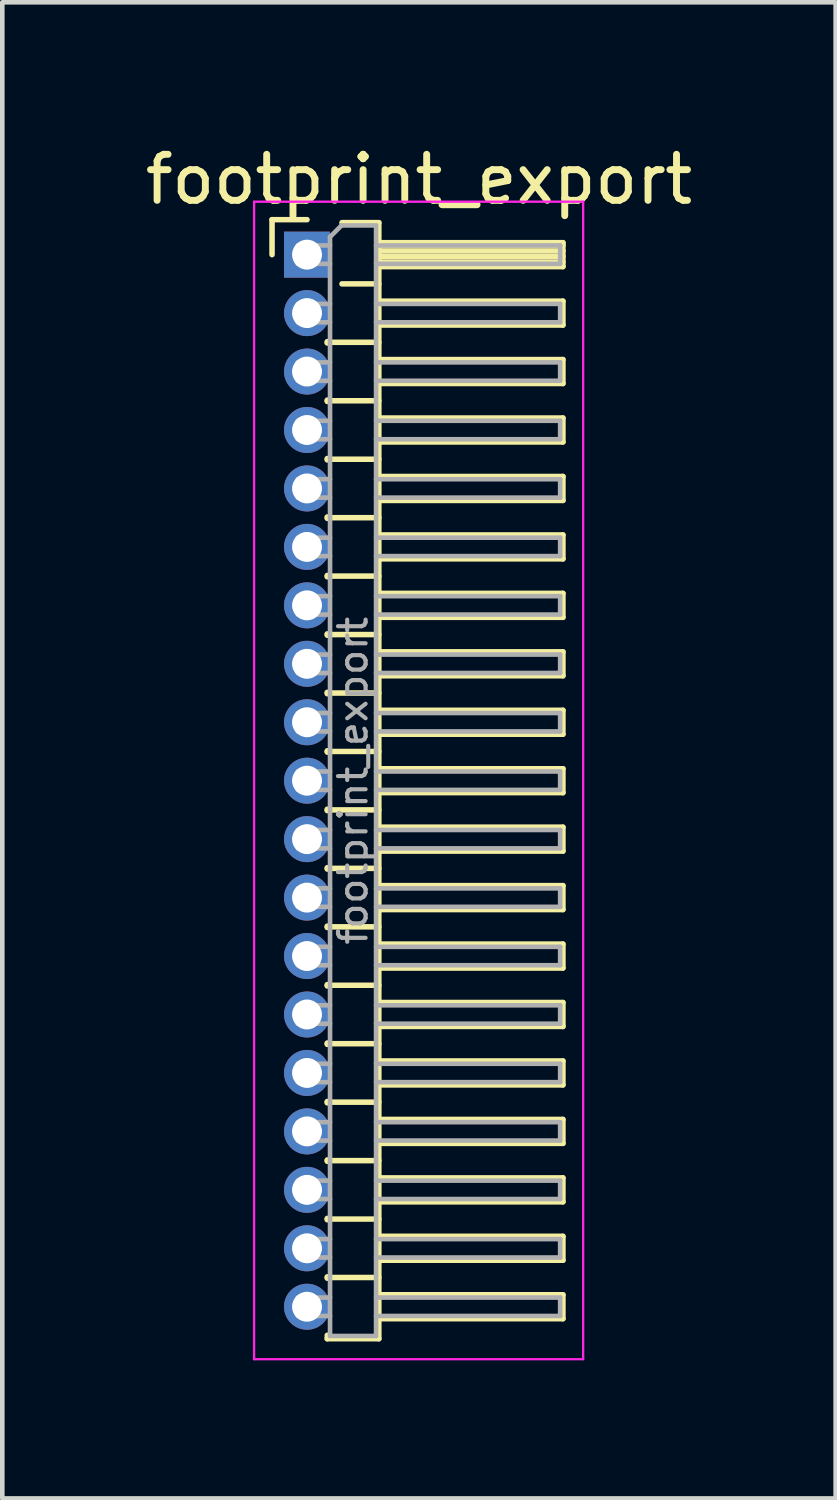
<source format=kicad_pcb>
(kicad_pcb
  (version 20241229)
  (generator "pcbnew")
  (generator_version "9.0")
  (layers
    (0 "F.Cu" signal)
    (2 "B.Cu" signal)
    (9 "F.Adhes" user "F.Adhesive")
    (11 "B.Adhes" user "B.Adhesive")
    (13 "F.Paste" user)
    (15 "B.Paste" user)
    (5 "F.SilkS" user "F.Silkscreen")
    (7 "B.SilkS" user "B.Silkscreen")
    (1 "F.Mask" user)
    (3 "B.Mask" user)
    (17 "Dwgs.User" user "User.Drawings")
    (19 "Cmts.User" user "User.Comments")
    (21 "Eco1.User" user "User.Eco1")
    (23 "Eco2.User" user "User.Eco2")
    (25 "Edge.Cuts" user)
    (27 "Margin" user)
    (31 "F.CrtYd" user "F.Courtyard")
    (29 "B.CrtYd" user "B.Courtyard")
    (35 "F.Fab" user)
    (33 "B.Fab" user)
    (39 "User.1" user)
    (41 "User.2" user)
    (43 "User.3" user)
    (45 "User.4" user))
  (footprint "footprint_export"
    (layer "F.Cu")
    (at 3.621 2.483)
    (property "Reference" "footprint_export" (at 2.433 -1.635 0) (layer "F.SilkS") (effects (font (size 1 1) (thickness 0.15))))
    (attr through_hole)
    (fp_line (start -0.76 -0.76) (end 0 -0.76) (stroke (width 0.12) (type solid)) (layer "F.SilkS"))
    (fp_line (start -0.76 0) (end -0.76 -0.76) (stroke (width 0.12) (type solid)) (layer "F.SilkS"))
    (fp_line (start 0.44 1.89) (end 0.44 1.92) (stroke (width 0.12) (type solid)) (layer "F.SilkS"))
    (fp_line (start 0.44 1.905) (end 1.56 1.905) (stroke (width 0.12) (type solid)) (layer "F.SilkS"))
    (fp_line (start 0.44 3.16) (end 0.44 3.19) (stroke (width 0.12) (type solid)) (layer "F.SilkS"))
    (fp_line (start 0.44 3.175) (end 1.56 3.175) (stroke (width 0.12) (type solid)) (layer "F.SilkS"))
    (fp_line (start 0.44 4.43) (end 0.44 4.46) (stroke (width 0.12) (type solid)) (layer "F.SilkS"))
    (fp_line (start 0.44 4.445) (end 1.56 4.445) (stroke (width 0.12) (type solid)) (layer "F.SilkS"))
    (fp_line (start 0.44 5.7) (end 0.44 5.73) (stroke (width 0.12) (type solid)) (layer "F.SilkS"))
    (fp_line (start 0.44 5.715) (end 1.56 5.715) (stroke (width 0.12) (type solid)) (layer "F.SilkS"))
    (fp_line (start 0.44 6.97) (end 0.44 7) (stroke (width 0.12) (type solid)) (layer "F.SilkS"))
    (fp_line (start 0.44 6.985) (end 1.56 6.985) (stroke (width 0.12) (type solid)) (layer "F.SilkS"))
    (fp_line (start 0.44 8.24) (end 0.44 8.27) (stroke (width 0.12) (type solid)) (layer "F.SilkS"))
    (fp_line (start 0.44 8.255) (end 1.56 8.255) (stroke (width 0.12) (type solid)) (layer "F.SilkS"))
    (fp_line (start 0.44 9.51) (end 0.44 9.54) (stroke (width 0.12) (type solid)) (layer "F.SilkS"))
    (fp_line (start 0.44 9.525) (end 1.56 9.525) (stroke (width 0.12) (type solid)) (layer "F.SilkS"))
    (fp_line (start 0.44 10.78) (end 0.44 10.81) (stroke (width 0.12) (type solid)) (layer "F.SilkS"))
    (fp_line (start 0.44 10.795) (end 1.56 10.795) (stroke (width 0.12) (type solid)) (layer "F.SilkS"))
    (fp_line (start 0.44 12.05) (end 0.44 12.08) (stroke (width 0.12) (type solid)) (layer "F.SilkS"))
    (fp_line (start 0.44 12.065) (end 1.56 12.065) (stroke (width 0.12) (type solid)) (layer "F.SilkS"))
    (fp_line (start 0.44 13.32) (end 0.44 13.35) (stroke (width 0.12) (type solid)) (layer "F.SilkS"))
    (fp_line (start 0.44 13.335) (end 1.56 13.335) (stroke (width 0.12) (type solid)) (layer "F.SilkS"))
    (fp_line (start 0.44 14.59) (end 0.44 14.62) (stroke (width 0.12) (type solid)) (layer "F.SilkS"))
    (fp_line (start 0.44 14.605) (end 1.56 14.605) (stroke (width 0.12) (type solid)) (layer "F.SilkS"))
    (fp_line (start 0.44 15.86) (end 0.44 15.89) (stroke (width 0.12) (type solid)) (layer "F.SilkS"))
    (fp_line (start 0.44 15.875) (end 1.56 15.875) (stroke (width 0.12) (type solid)) (layer "F.SilkS"))
    (fp_line (start 0.44 17.13) (end 0.44 17.16) (stroke (width 0.12) (type solid)) (layer "F.SilkS"))
    (fp_line (start 0.44 17.145) (end 1.56 17.145) (stroke (width 0.12) (type solid)) (layer "F.SilkS"))
    (fp_line (start 0.44 18.4) (end 0.44 18.43) (stroke (width 0.12) (type solid)) (layer "F.SilkS"))
    (fp_line (start 0.44 18.415) (end 1.56 18.415) (stroke (width 0.12) (type solid)) (layer "F.SilkS"))
    (fp_line (start 0.44 19.67) (end 0.44 19.7) (stroke (width 0.12) (type solid)) (layer "F.SilkS"))
    (fp_line (start 0.44 19.685) (end 1.56 19.685) (stroke (width 0.12) (type solid)) (layer "F.SilkS"))
    (fp_line (start 0.44 20.94) (end 0.44 20.97) (stroke (width 0.12) (type solid)) (layer "F.SilkS"))
    (fp_line (start 0.44 20.955) (end 1.56 20.955) (stroke (width 0.12) (type solid)) (layer "F.SilkS"))
    (fp_line (start 0.44 22.21) (end 0.44 22.24) (stroke (width 0.12) (type solid)) (layer "F.SilkS"))
    (fp_line (start 0.44 22.225) (end 1.56 22.225) (stroke (width 0.12) (type solid)) (layer "F.SilkS"))
    (fp_line (start 0.44 23.555) (end 0.44 23.48) (stroke (width 0.12) (type solid)) (layer "F.SilkS"))
    (fp_line (start 0.76 -0.695) (end 1.56 -0.695) (stroke (width 0.12) (type solid)) (layer "F.SilkS"))
    (fp_line (start 0.76 0.635) (end 1.56 0.635) (stroke (width 0.12) (type solid)) (layer "F.SilkS"))
    (fp_line (start 1.56 -0.695) (end 1.56 23.555) (stroke (width 0.12) (type solid)) (layer "F.SilkS"))
    (fp_line (start 1.56 -0.26) (end 5.56 -0.26) (stroke (width 0.12) (type solid)) (layer "F.SilkS"))
    (fp_line (start 1.56 -0.2) (end 5.56 -0.2) (stroke (width 0.12) (type solid)) (layer "F.SilkS"))
    (fp_line (start 1.56 -0.08) (end 5.56 -0.08) (stroke (width 0.12) (type solid)) (layer "F.SilkS"))
    (fp_line (start 1.56 0.04) (end 5.56 0.04) (stroke (width 0.12) (type solid)) (layer "F.SilkS"))
    (fp_line (start 1.56 0.16) (end 5.56 0.16) (stroke (width 0.12) (type solid)) (layer "F.SilkS"))
    (fp_line (start 1.56 1.01) (end 5.56 1.01) (stroke (width 0.12) (type solid)) (layer "F.SilkS"))
    (fp_line (start 1.56 2.28) (end 5.56 2.28) (stroke (width 0.12) (type solid)) (layer "F.SilkS"))
    (fp_line (start 1.56 3.55) (end 5.56 3.55) (stroke (width 0.12) (type solid)) (layer "F.SilkS"))
    (fp_line (start 1.56 4.82) (end 5.56 4.82) (stroke (width 0.12) (type solid)) (layer "F.SilkS"))
    (fp_line (start 1.56 6.09) (end 5.56 6.09) (stroke (width 0.12) (type solid)) (layer "F.SilkS"))
    (fp_line (start 1.56 7.36) (end 5.56 7.36) (stroke (width 0.12) (type solid)) (layer "F.SilkS"))
    (fp_line (start 1.56 8.63) (end 5.56 8.63) (stroke (width 0.12) (type solid)) (layer "F.SilkS"))
    (fp_line (start 1.56 9.9) (end 5.56 9.9) (stroke (width 0.12) (type solid)) (layer "F.SilkS"))
    (fp_line (start 1.56 11.17) (end 5.56 11.17) (stroke (width 0.12) (type solid)) (layer "F.SilkS"))
    (fp_line (start 1.56 12.44) (end 5.56 12.44) (stroke (width 0.12) (type solid)) (layer "F.SilkS"))
    (fp_line (start 1.56 13.71) (end 5.56 13.71) (stroke (width 0.12) (type solid)) (layer "F.SilkS"))
    (fp_line (start 1.56 14.98) (end 5.56 14.98) (stroke (width 0.12) (type solid)) (layer "F.SilkS"))
    (fp_line (start 1.56 16.25) (end 5.56 16.25) (stroke (width 0.12) (type solid)) (layer "F.SilkS"))
    (fp_line (start 1.56 17.52) (end 5.56 17.52) (stroke (width 0.12) (type solid)) (layer "F.SilkS"))
    (fp_line (start 1.56 18.79) (end 5.56 18.79) (stroke (width 0.12) (type solid)) (layer "F.SilkS"))
    (fp_line (start 1.56 20.06) (end 5.56 20.06) (stroke (width 0.12) (type solid)) (layer "F.SilkS"))
    (fp_line (start 1.56 21.33) (end 5.56 21.33) (stroke (width 0.12) (type solid)) (layer "F.SilkS"))
    (fp_line (start 1.56 22.6) (end 5.56 22.6) (stroke (width 0.12) (type solid)) (layer "F.SilkS"))
    (fp_line (start 1.56 23.555) (end 0.44 23.555) (stroke (width 0.12) (type solid)) (layer "F.SilkS"))
    (fp_line (start 5.56 -0.26) (end 5.56 0.26) (stroke (width 0.12) (type solid)) (layer "F.SilkS"))
    (fp_line (start 5.56 0.26) (end 1.56 0.26) (stroke (width 0.12) (type solid)) (layer "F.SilkS"))
    (fp_line (start 5.56 1.01) (end 5.56 1.53) (stroke (width 0.12) (type solid)) (layer "F.SilkS"))
    (fp_line (start 5.56 1.53) (end 1.56 1.53) (stroke (width 0.12) (type solid)) (layer "F.SilkS"))
    (fp_line (start 5.56 2.28) (end 5.56 2.8) (stroke (width 0.12) (type solid)) (layer "F.SilkS"))
    (fp_line (start 5.56 2.8) (end 1.56 2.8) (stroke (width 0.12) (type solid)) (layer "F.SilkS"))
    (fp_line (start 5.56 3.55) (end 5.56 4.07) (stroke (width 0.12) (type solid)) (layer "F.SilkS"))
    (fp_line (start 5.56 4.07) (end 1.56 4.07) (stroke (width 0.12) (type solid)) (layer "F.SilkS"))
    (fp_line (start 5.56 4.82) (end 5.56 5.34) (stroke (width 0.12) (type solid)) (layer "F.SilkS"))
    (fp_line (start 5.56 5.34) (end 1.56 5.34) (stroke (width 0.12) (type solid)) (layer "F.SilkS"))
    (fp_line (start 5.56 6.09) (end 5.56 6.61) (stroke (width 0.12) (type solid)) (layer "F.SilkS"))
    (fp_line (start 5.56 6.61) (end 1.56 6.61) (stroke (width 0.12) (type solid)) (layer "F.SilkS"))
    (fp_line (start 5.56 7.36) (end 5.56 7.88) (stroke (width 0.12) (type solid)) (layer "F.SilkS"))
    (fp_line (start 5.56 7.88) (end 1.56 7.88) (stroke (width 0.12) (type solid)) (layer "F.SilkS"))
    (fp_line (start 5.56 8.63) (end 5.56 9.15) (stroke (width 0.12) (type solid)) (layer "F.SilkS"))
    (fp_line (start 5.56 9.15) (end 1.56 9.15) (stroke (width 0.12) (type solid)) (layer "F.SilkS"))
    (fp_line (start 5.56 9.9) (end 5.56 10.42) (stroke (width 0.12) (type solid)) (layer "F.SilkS"))
    (fp_line (start 5.56 10.42) (end 1.56 10.42) (stroke (width 0.12) (type solid)) (layer "F.SilkS"))
    (fp_line (start 5.56 11.17) (end 5.56 11.69) (stroke (width 0.12) (type solid)) (layer "F.SilkS"))
    (fp_line (start 5.56 11.69) (end 1.56 11.69) (stroke (width 0.12) (type solid)) (layer "F.SilkS"))
    (fp_line (start 5.56 12.44) (end 5.56 12.96) (stroke (width 0.12) (type solid)) (layer "F.SilkS"))
    (fp_line (start 5.56 12.96) (end 1.56 12.96) (stroke (width 0.12) (type solid)) (layer "F.SilkS"))
    (fp_line (start 5.56 13.71) (end 5.56 14.23) (stroke (width 0.12) (type solid)) (layer "F.SilkS"))
    (fp_line (start 5.56 14.23) (end 1.56 14.23) (stroke (width 0.12) (type solid)) (layer "F.SilkS"))
    (fp_line (start 5.56 14.98) (end 5.56 15.5) (stroke (width 0.12) (type solid)) (layer "F.SilkS"))
    (fp_line (start 5.56 15.5) (end 1.56 15.5) (stroke (width 0.12) (type solid)) (layer "F.SilkS"))
    (fp_line (start 5.56 16.25) (end 5.56 16.77) (stroke (width 0.12) (type solid)) (layer "F.SilkS"))
    (fp_line (start 5.56 16.77) (end 1.56 16.77) (stroke (width 0.12) (type solid)) (layer "F.SilkS"))
    (fp_line (start 5.56 17.52) (end 5.56 18.04) (stroke (width 0.12) (type solid)) (layer "F.SilkS"))
    (fp_line (start 5.56 18.04) (end 1.56 18.04) (stroke (width 0.12) (type solid)) (layer "F.SilkS"))
    (fp_line (start 5.56 18.79) (end 5.56 19.31) (stroke (width 0.12) (type solid)) (layer "F.SilkS"))
    (fp_line (start 5.56 19.31) (end 1.56 19.31) (stroke (width 0.12) (type solid)) (layer "F.SilkS"))
    (fp_line (start 5.56 20.06) (end 5.56 20.58) (stroke (width 0.12) (type solid)) (layer "F.SilkS"))
    (fp_line (start 5.56 20.58) (end 1.56 20.58) (stroke (width 0.12) (type solid)) (layer "F.SilkS"))
    (fp_line (start 5.56 21.33) (end 5.56 21.85) (stroke (width 0.12) (type solid)) (layer "F.SilkS"))
    (fp_line (start 5.56 21.85) (end 1.56 21.85) (stroke (width 0.12) (type solid)) (layer "F.SilkS"))
    (fp_line (start 5.56 22.6) (end 5.56 23.12) (stroke (width 0.12) (type solid)) (layer "F.SilkS"))
    (fp_line (start 5.56 23.12) (end 1.56 23.12) (stroke (width 0.12) (type solid)) (layer "F.SilkS"))
    (fp_line (start -1.15 -1.15) (end -1.15 24) (stroke (width 0.05) (type solid)) (layer "F.CrtYd"))
    (fp_line (start -1.15 24) (end 6 24) (stroke (width 0.05) (type solid)) (layer "F.CrtYd"))
    (fp_line (start 6 -1.15) (end -1.15 -1.15) (stroke (width 0.05) (type solid)) (layer "F.CrtYd"))
    (fp_line (start 6 24) (end 6 -1.15) (stroke (width 0.05) (type solid)) (layer "F.CrtYd"))
    (fp_line (start -0.2 -0.2) (end -0.2 0.2) (stroke (width 0.1) (type solid)) (layer "F.Fab"))
    (fp_line (start -0.2 -0.2) (end 0.5 -0.2) (stroke (width 0.1) (type solid)) (layer "F.Fab"))
    (fp_line (start -0.2 0.2) (end 0.5 0.2) (stroke (width 0.1) (type solid)) (layer "F.Fab"))
    (fp_line (start -0.2 1.07) (end -0.2 1.47) (stroke (width 0.1) (type solid)) (layer "F.Fab"))
    (fp_line (start -0.2 1.07) (end 0.5 1.07) (stroke (width 0.1) (type solid)) (layer "F.Fab"))
    (fp_line (start -0.2 1.47) (end 0.5 1.47) (stroke (width 0.1) (type solid)) (layer "F.Fab"))
    (fp_line (start -0.2 2.34) (end -0.2 2.74) (stroke (width 0.1) (type solid)) (layer "F.Fab"))
    (fp_line (start -0.2 2.34) (end 0.5 2.34) (stroke (width 0.1) (type solid)) (layer "F.Fab"))
    (fp_line (start -0.2 2.74) (end 0.5 2.74) (stroke (width 0.1) (type solid)) (layer "F.Fab"))
    (fp_line (start -0.2 3.61) (end -0.2 4.01) (stroke (width 0.1) (type solid)) (layer "F.Fab"))
    (fp_line (start -0.2 3.61) (end 0.5 3.61) (stroke (width 0.1) (type solid)) (layer "F.Fab"))
    (fp_line (start -0.2 4.01) (end 0.5 4.01) (stroke (width 0.1) (type solid)) (layer "F.Fab"))
    (fp_line (start -0.2 4.88) (end -0.2 5.28) (stroke (width 0.1) (type solid)) (layer "F.Fab"))
    (fp_line (start -0.2 4.88) (end 0.5 4.88) (stroke (width 0.1) (type solid)) (layer "F.Fab"))
    (fp_line (start -0.2 5.28) (end 0.5 5.28) (stroke (width 0.1) (type solid)) (layer "F.Fab"))
    (fp_line (start -0.2 6.15) (end -0.2 6.55) (stroke (width 0.1) (type solid)) (layer "F.Fab"))
    (fp_line (start -0.2 6.15) (end 0.5 6.15) (stroke (width 0.1) (type solid)) (layer "F.Fab"))
    (fp_line (start -0.2 6.55) (end 0.5 6.55) (stroke (width 0.1) (type solid)) (layer "F.Fab"))
    (fp_line (start -0.2 7.42) (end -0.2 7.82) (stroke (width 0.1) (type solid)) (layer "F.Fab"))
    (fp_line (start -0.2 7.42) (end 0.5 7.42) (stroke (width 0.1) (type solid)) (layer "F.Fab"))
    (fp_line (start -0.2 7.82) (end 0.5 7.82) (stroke (width 0.1) (type solid)) (layer "F.Fab"))
    (fp_line (start -0.2 8.69) (end -0.2 9.09) (stroke (width 0.1) (type solid)) (layer "F.Fab"))
    (fp_line (start -0.2 8.69) (end 0.5 8.69) (stroke (width 0.1) (type solid)) (layer "F.Fab"))
    (fp_line (start -0.2 9.09) (end 0.5 9.09) (stroke (width 0.1) (type solid)) (layer "F.Fab"))
    (fp_line (start -0.2 9.96) (end -0.2 10.36) (stroke (width 0.1) (type solid)) (layer "F.Fab"))
    (fp_line (start -0.2 9.96) (end 0.5 9.96) (stroke (width 0.1) (type solid)) (layer "F.Fab"))
    (fp_line (start -0.2 10.36) (end 0.5 10.36) (stroke (width 0.1) (type solid)) (layer "F.Fab"))
    (fp_line (start -0.2 11.23) (end -0.2 11.63) (stroke (width 0.1) (type solid)) (layer "F.Fab"))
    (fp_line (start -0.2 11.23) (end 0.5 11.23) (stroke (width 0.1) (type solid)) (layer "F.Fab"))
    (fp_line (start -0.2 11.63) (end 0.5 11.63) (stroke (width 0.1) (type solid)) (layer "F.Fab"))
    (fp_line (start -0.2 12.5) (end -0.2 12.9) (stroke (width 0.1) (type solid)) (layer "F.Fab"))
    (fp_line (start -0.2 12.5) (end 0.5 12.5) (stroke (width 0.1) (type solid)) (layer "F.Fab"))
    (fp_line (start -0.2 12.9) (end 0.5 12.9) (stroke (width 0.1) (type solid)) (layer "F.Fab"))
    (fp_line (start -0.2 13.77) (end -0.2 14.17) (stroke (width 0.1) (type solid)) (layer "F.Fab"))
    (fp_line (start -0.2 13.77) (end 0.5 13.77) (stroke (width 0.1) (type solid)) (layer "F.Fab"))
    (fp_line (start -0.2 14.17) (end 0.5 14.17) (stroke (width 0.1) (type solid)) (layer "F.Fab"))
    (fp_line (start -0.2 15.04) (end -0.2 15.44) (stroke (width 0.1) (type solid)) (layer "F.Fab"))
    (fp_line (start -0.2 15.04) (end 0.5 15.04) (stroke (width 0.1) (type solid)) (layer "F.Fab"))
    (fp_line (start -0.2 15.44) (end 0.5 15.44) (stroke (width 0.1) (type solid)) (layer "F.Fab"))
    (fp_line (start -0.2 16.31) (end -0.2 16.71) (stroke (width 0.1) (type solid)) (layer "F.Fab"))
    (fp_line (start -0.2 16.31) (end 0.5 16.31) (stroke (width 0.1) (type solid)) (layer "F.Fab"))
    (fp_line (start -0.2 16.71) (end 0.5 16.71) (stroke (width 0.1) (type solid)) (layer "F.Fab"))
    (fp_line (start -0.2 17.58) (end -0.2 17.98) (stroke (width 0.1) (type solid)) (layer "F.Fab"))
    (fp_line (start -0.2 17.58) (end 0.5 17.58) (stroke (width 0.1) (type solid)) (layer "F.Fab"))
    (fp_line (start -0.2 17.98) (end 0.5 17.98) (stroke (width 0.1) (type solid)) (layer "F.Fab"))
    (fp_line (start -0.2 18.85) (end -0.2 19.25) (stroke (width 0.1) (type solid)) (layer "F.Fab"))
    (fp_line (start -0.2 18.85) (end 0.5 18.85) (stroke (width 0.1) (type solid)) (layer "F.Fab"))
    (fp_line (start -0.2 19.25) (end 0.5 19.25) (stroke (width 0.1) (type solid)) (layer "F.Fab"))
    (fp_line (start -0.2 20.12) (end -0.2 20.52) (stroke (width 0.1) (type solid)) (layer "F.Fab"))
    (fp_line (start -0.2 20.12) (end 0.5 20.12) (stroke (width 0.1) (type solid)) (layer "F.Fab"))
    (fp_line (start -0.2 20.52) (end 0.5 20.52) (stroke (width 0.1) (type solid)) (layer "F.Fab"))
    (fp_line (start -0.2 21.39) (end -0.2 21.79) (stroke (width 0.1) (type solid)) (layer "F.Fab"))
    (fp_line (start -0.2 21.39) (end 0.5 21.39) (stroke (width 0.1) (type solid)) (layer "F.Fab"))
    (fp_line (start -0.2 21.79) (end 0.5 21.79) (stroke (width 0.1) (type solid)) (layer "F.Fab"))
    (fp_line (start -0.2 22.66) (end -0.2 23.06) (stroke (width 0.1) (type solid)) (layer "F.Fab"))
    (fp_line (start -0.2 22.66) (end 0.5 22.66) (stroke (width 0.1) (type solid)) (layer "F.Fab"))
    (fp_line (start -0.2 23.06) (end 0.5 23.06) (stroke (width 0.1) (type solid)) (layer "F.Fab"))
    (fp_line (start 0.5 -0.385) (end 0.75 -0.635) (stroke (width 0.1) (type solid)) (layer "F.Fab"))
    (fp_line (start 0.5 23.495) (end 0.5 -0.385) (stroke (width 0.1) (type solid)) (layer "F.Fab"))
    (fp_line (start 0.75 -0.635) (end 1.5 -0.635) (stroke (width 0.1) (type solid)) (layer "F.Fab"))
    (fp_line (start 1.5 -0.635) (end 1.5 23.495) (stroke (width 0.1) (type solid)) (layer "F.Fab"))
    (fp_line (start 1.5 -0.2) (end 5.5 -0.2) (stroke (width 0.1) (type solid)) (layer "F.Fab"))
    (fp_line (start 1.5 0.2) (end 5.5 0.2) (stroke (width 0.1) (type solid)) (layer "F.Fab"))
    (fp_line (start 1.5 1.07) (end 5.5 1.07) (stroke (width 0.1) (type solid)) (layer "F.Fab"))
    (fp_line (start 1.5 1.47) (end 5.5 1.47) (stroke (width 0.1) (type solid)) (layer "F.Fab"))
    (fp_line (start 1.5 2.34) (end 5.5 2.34) (stroke (width 0.1) (type solid)) (layer "F.Fab"))
    (fp_line (start 1.5 2.74) (end 5.5 2.74) (stroke (width 0.1) (type solid)) (layer "F.Fab"))
    (fp_line (start 1.5 3.61) (end 5.5 3.61) (stroke (width 0.1) (type solid)) (layer "F.Fab"))
    (fp_line (start 1.5 4.01) (end 5.5 4.01) (stroke (width 0.1) (type solid)) (layer "F.Fab"))
    (fp_line (start 1.5 4.88) (end 5.5 4.88) (stroke (width 0.1) (type solid)) (layer "F.Fab"))
    (fp_line (start 1.5 5.28) (end 5.5 5.28) (stroke (width 0.1) (type solid)) (layer "F.Fab"))
    (fp_line (start 1.5 6.15) (end 5.5 6.15) (stroke (width 0.1) (type solid)) (layer "F.Fab"))
    (fp_line (start 1.5 6.55) (end 5.5 6.55) (stroke (width 0.1) (type solid)) (layer "F.Fab"))
    (fp_line (start 1.5 7.42) (end 5.5 7.42) (stroke (width 0.1) (type solid)) (layer "F.Fab"))
    (fp_line (start 1.5 7.82) (end 5.5 7.82) (stroke (width 0.1) (type solid)) (layer "F.Fab"))
    (fp_line (start 1.5 8.69) (end 5.5 8.69) (stroke (width 0.1) (type solid)) (layer "F.Fab"))
    (fp_line (start 1.5 9.09) (end 5.5 9.09) (stroke (width 0.1) (type solid)) (layer "F.Fab"))
    (fp_line (start 1.5 9.96) (end 5.5 9.96) (stroke (width 0.1) (type solid)) (layer "F.Fab"))
    (fp_line (start 1.5 10.36) (end 5.5 10.36) (stroke (width 0.1) (type solid)) (layer "F.Fab"))
    (fp_line (start 1.5 11.23) (end 5.5 11.23) (stroke (width 0.1) (type solid)) (layer "F.Fab"))
    (fp_line (start 1.5 11.63) (end 5.5 11.63) (stroke (width 0.1) (type solid)) (layer "F.Fab"))
    (fp_line (start 1.5 12.5) (end 5.5 12.5) (stroke (width 0.1) (type solid)) (layer "F.Fab"))
    (fp_line (start 1.5 12.9) (end 5.5 12.9) (stroke (width 0.1) (type solid)) (layer "F.Fab"))
    (fp_line (start 1.5 13.77) (end 5.5 13.77) (stroke (width 0.1) (type solid)) (layer "F.Fab"))
    (fp_line (start 1.5 14.17) (end 5.5 14.17) (stroke (width 0.1) (type solid)) (layer "F.Fab"))
    (fp_line (start 1.5 15.04) (end 5.5 15.04) (stroke (width 0.1) (type solid)) (layer "F.Fab"))
    (fp_line (start 1.5 15.44) (end 5.5 15.44) (stroke (width 0.1) (type solid)) (layer "F.Fab"))
    (fp_line (start 1.5 16.31) (end 5.5 16.31) (stroke (width 0.1) (type solid)) (layer "F.Fab"))
    (fp_line (start 1.5 16.71) (end 5.5 16.71) (stroke (width 0.1) (type solid)) (layer "F.Fab"))
    (fp_line (start 1.5 17.58) (end 5.5 17.58) (stroke (width 0.1) (type solid)) (layer "F.Fab"))
    (fp_line (start 1.5 17.98) (end 5.5 17.98) (stroke (width 0.1) (type solid)) (layer "F.Fab"))
    (fp_line (start 1.5 18.85) (end 5.5 18.85) (stroke (width 0.1) (type solid)) (layer "F.Fab"))
    (fp_line (start 1.5 19.25) (end 5.5 19.25) (stroke (width 0.1) (type solid)) (layer "F.Fab"))
    (fp_line (start 1.5 20.12) (end 5.5 20.12) (stroke (width 0.1) (type solid)) (layer "F.Fab"))
    (fp_line (start 1.5 20.52) (end 5.5 20.52) (stroke (width 0.1) (type solid)) (layer "F.Fab"))
    (fp_line (start 1.5 21.39) (end 5.5 21.39) (stroke (width 0.1) (type solid)) (layer "F.Fab"))
    (fp_line (start 1.5 21.79) (end 5.5 21.79) (stroke (width 0.1) (type solid)) (layer "F.Fab"))
    (fp_line (start 1.5 22.66) (end 5.5 22.66) (stroke (width 0.1) (type solid)) (layer "F.Fab"))
    (fp_line (start 1.5 23.06) (end 5.5 23.06) (stroke (width 0.1) (type solid)) (layer "F.Fab"))
    (fp_line (start 1.5 23.495) (end 0.5 23.495) (stroke (width 0.1) (type solid)) (layer "F.Fab"))
    (fp_line (start 5.5 -0.2) (end 5.5 0.2) (stroke (width 0.1) (type solid)) (layer "F.Fab"))
    (fp_line (start 5.5 1.07) (end 5.5 1.47) (stroke (width 0.1) (type solid)) (layer "F.Fab"))
    (fp_line (start 5.5 2.34) (end 5.5 2.74) (stroke (width 0.1) (type solid)) (layer "F.Fab"))
    (fp_line (start 5.5 3.61) (end 5.5 4.01) (stroke (width 0.1) (type solid)) (layer "F.Fab"))
    (fp_line (start 5.5 4.88) (end 5.5 5.28) (stroke (width 0.1) (type solid)) (layer "F.Fab"))
    (fp_line (start 5.5 6.15) (end 5.5 6.55) (stroke (width 0.1) (type solid)) (layer "F.Fab"))
    (fp_line (start 5.5 7.42) (end 5.5 7.82) (stroke (width 0.1) (type solid)) (layer "F.Fab"))
    (fp_line (start 5.5 8.69) (end 5.5 9.09) (stroke (width 0.1) (type solid)) (layer "F.Fab"))
    (fp_line (start 5.5 9.96) (end 5.5 10.36) (stroke (width 0.1) (type solid)) (layer "F.Fab"))
    (fp_line (start 5.5 11.23) (end 5.5 11.63) (stroke (width 0.1) (type solid)) (layer "F.Fab"))
    (fp_line (start 5.5 12.5) (end 5.5 12.9) (stroke (width 0.1) (type solid)) (layer "F.Fab"))
    (fp_line (start 5.5 13.77) (end 5.5 14.17) (stroke (width 0.1) (type solid)) (layer "F.Fab"))
    (fp_line (start 5.5 15.04) (end 5.5 15.44) (stroke (width 0.1) (type solid)) (layer "F.Fab"))
    (fp_line (start 5.5 16.31) (end 5.5 16.71) (stroke (width 0.1) (type solid)) (layer "F.Fab"))
    (fp_line (start 5.5 17.58) (end 5.5 17.98) (stroke (width 0.1) (type solid)) (layer "F.Fab"))
    (fp_line (start 5.5 18.85) (end 5.5 19.25) (stroke (width 0.1) (type solid)) (layer "F.Fab"))
    (fp_line (start 5.5 20.12) (end 5.5 20.52) (stroke (width 0.1) (type solid)) (layer "F.Fab"))
    (fp_line (start 5.5 21.39) (end 5.5 21.79) (stroke (width 0.1) (type solid)) (layer "F.Fab"))
    (fp_line (start 5.5 22.66) (end 5.5 23.06) (stroke (width 0.1) (type solid)) (layer "F.Fab"))
    (fp_text user "${REFERENCE}" (at 1 11.43 90) (layer "F.Fab") (effects (font (size 0.6 0.6) (thickness 0.09))))
    (pad "1" thru_hole rect (at 0 0) (size 1 1) (drill 0.65) (layers "*.Cu" "*.Mask"))
    (pad "2" thru_hole oval (at 0 1.27) (size 1 1) (drill 0.65) (layers "*.Cu" "*.Mask"))
    (pad "3" thru_hole oval (at 0 2.54) (size 1 1) (drill 0.65) (layers "*.Cu" "*.Mask"))
    (pad "4" thru_hole oval (at 0 3.81) (size 1 1) (drill 0.65) (layers "*.Cu" "*.Mask"))
    (pad "5" thru_hole oval (at 0 5.08) (size 1 1) (drill 0.65) (layers "*.Cu" "*.Mask"))
    (pad "6" thru_hole oval (at 0 6.35) (size 1 1) (drill 0.65) (layers "*.Cu" "*.Mask"))
    (pad "7" thru_hole oval (at 0 7.62) (size 1 1) (drill 0.65) (layers "*.Cu" "*.Mask"))
    (pad "8" thru_hole oval (at 0 8.89) (size 1 1) (drill 0.65) (layers "*.Cu" "*.Mask"))
    (pad "9" thru_hole oval (at 0 10.16) (size 1 1) (drill 0.65) (layers "*.Cu" "*.Mask"))
    (pad "10" thru_hole oval (at 0 11.43) (size 1 1) (drill 0.65) (layers "*.Cu" "*.Mask"))
    (pad "11" thru_hole oval (at 0 12.7) (size 1 1) (drill 0.65) (layers "*.Cu" "*.Mask"))
    (pad "12" thru_hole oval (at 0 13.97) (size 1 1) (drill 0.65) (layers "*.Cu" "*.Mask"))
    (pad "13" thru_hole oval (at 0 15.24) (size 1 1) (drill 0.65) (layers "*.Cu" "*.Mask"))
    (pad "14" thru_hole oval (at 0 16.51) (size 1 1) (drill 0.65) (layers "*.Cu" "*.Mask"))
    (pad "15" thru_hole oval (at 0 17.78) (size 1 1) (drill 0.65) (layers "*.Cu" "*.Mask"))
    (pad "16" thru_hole oval (at 0 19.05) (size 1 1) (drill 0.65) (layers "*.Cu" "*.Mask"))
    (pad "17" thru_hole oval (at 0 20.32) (size 1 1) (drill 0.65) (layers "*.Cu" "*.Mask"))
    (pad "18" thru_hole oval (at 0 21.59) (size 1 1) (drill 0.65) (layers "*.Cu" "*.Mask"))
    (pad "19" thru_hole oval (at 0 22.86) (size 1 1) (drill 0.65) (layers "*.Cu" "*.Mask")))
  (gr_rect
    (start -3 -3)
    (end 15.107 29.508)
    (stroke (width 0.1) (type default))
    (fill no)
    (layer "Edge.Cuts")))
</source>
